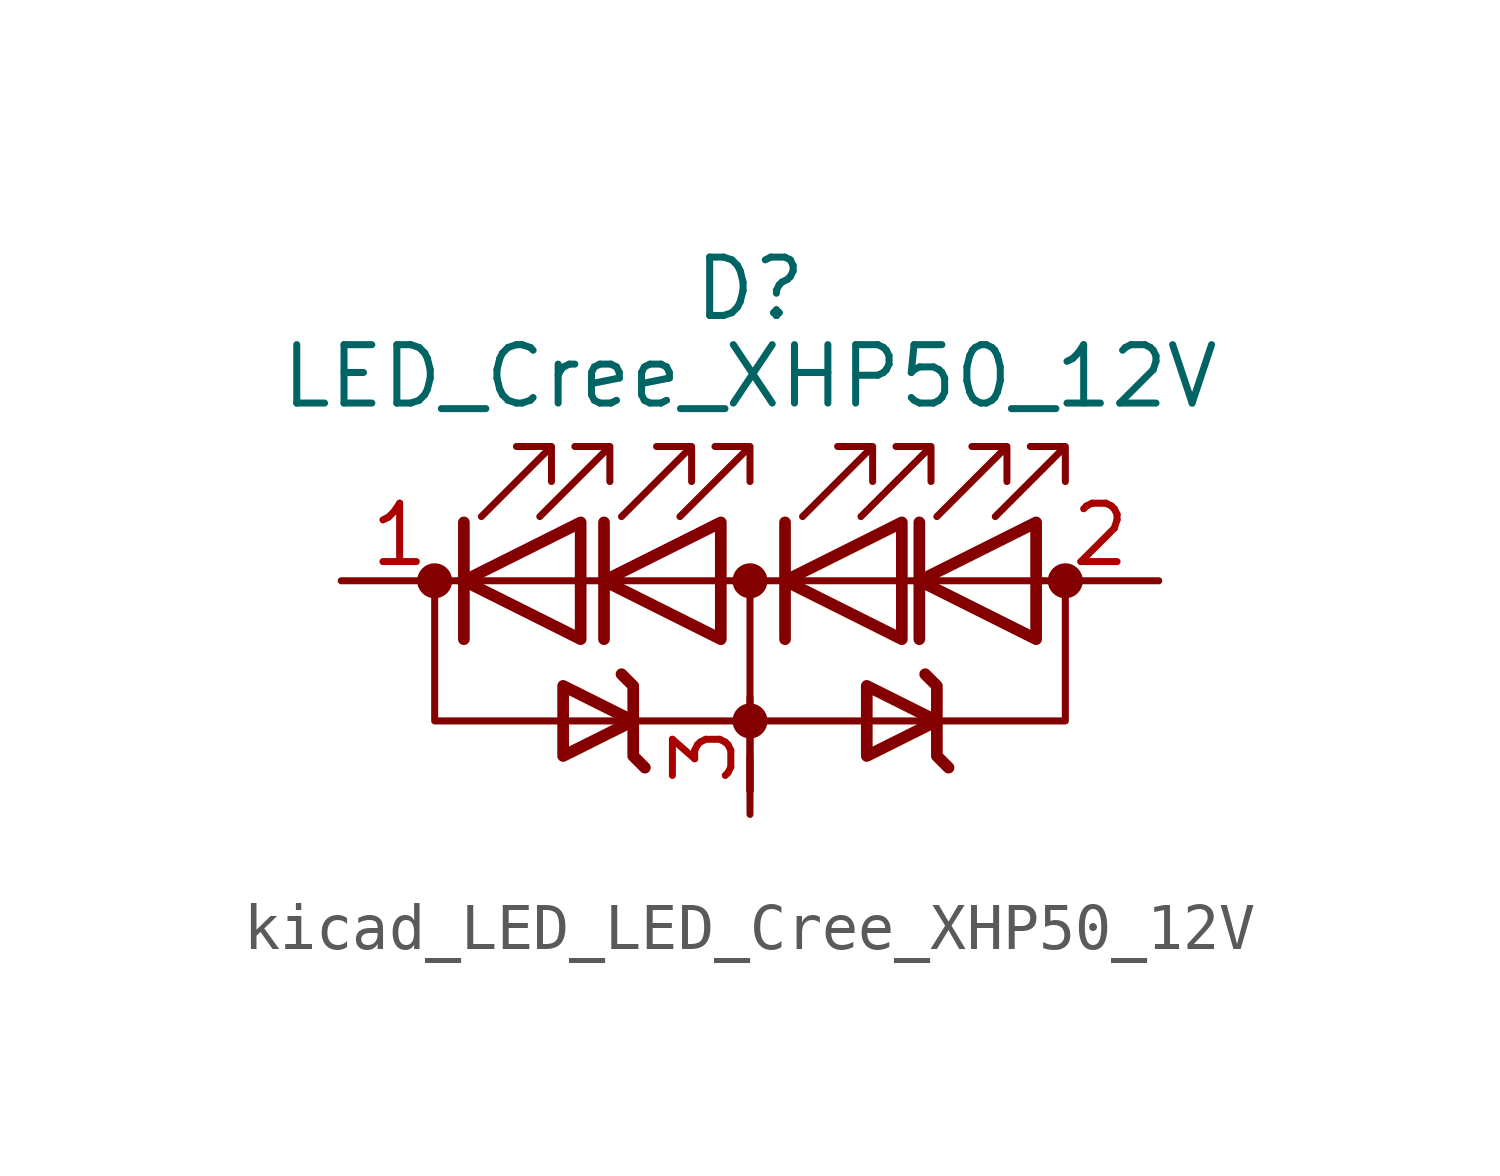
<source format=kicad_sym>
(kicad_symbol_lib
  (version 20220914)
  (generator kicad_symbol_editor)
  (symbol "kicad_LED_LED_Cree_XHP50_12V"
    (pin_names
      (offset 1.016) hide)
    (property "Reference" "D"
      (at 0 6.35 0)
      (effects (font (size 1.27 1.27))))
    (property "Value" "LED_Cree_XHP50_12V"
      (at 0 4.445 0)
      (effects (font (size 1.27 1.27))))
    (symbol "kicad_LED_LED_Cree_XHP50_12V_0_1"
      (circle (center -6.858 0) (radius 0.254) (stroke (width 0.254) (type default)) (fill (type outline)))
      (circle (center 0 -3.048) (radius 0.254) (stroke (width 0.254) (type default)) (fill (type outline)))
      (polyline (pts (xy -6.35 0) (xy 6.35 0)) (stroke (width 0) (type default)) (fill (type none)))
      (polyline (pts (xy -6.223 -1.27) (xy -6.223 1.27)) (stroke (width 0.254) (type default)) (fill (type none)))
      (polyline (pts (xy -3.175 -1.27) (xy -3.175 1.27)) (stroke (width 0.254) (type default)) (fill (type none)))
      (polyline (pts (xy 0 -3.81) (xy 0 -4.572)) (stroke (width 0) (type default)) (fill (type none)))
      (polyline (pts (xy 0 0) (xy 0 -4.572)) (stroke (width 0) (type default)) (fill (type none)))
      (polyline (pts (xy 0.762 -1.27) (xy 0.762 1.27)) (stroke (width 0.254) (type default)) (fill (type none)))
      (polyline (pts (xy 3.683 -1.27) (xy 3.683 1.27)) (stroke (width 0.254) (type default)) (fill (type none)))
      (polyline (pts (xy -6.858 0) (xy -6.858 -3.048) (xy 6.858 -3.048) (xy 6.858 0)) (stroke (width 0) (type default)) (fill (type none)))
      (polyline (pts (xy -3.683 -1.27) (xy -3.683 1.27) (xy -6.223 0) (xy -3.683 -1.27)) (stroke (width 0.254) (type default)) (fill (type none)))
      (polyline (pts (xy -2.286 -4.064) (xy -2.54 -3.81) (xy -2.54 -2.286) (xy -2.794 -2.032)) (stroke (width 0.254) (type default)) (fill (type none)))
      (polyline (pts (xy -0.635 -1.27) (xy -0.635 1.27) (xy -3.175 0) (xy -0.635 -1.27)) (stroke (width 0.254) (type default)) (fill (type none)))
      (polyline (pts (xy 3.302 -1.27) (xy 3.302 1.27) (xy 0.762 0) (xy 3.302 -1.27)) (stroke (width 0.254) (type default)) (fill (type none)))
      (polyline (pts (xy 4.318 -4.064) (xy 4.064 -3.81) (xy 4.064 -2.286) (xy 3.81 -2.032)) (stroke (width 0.254) (type default)) (fill (type none)))
      (polyline (pts (xy 6.223 -1.27) (xy 6.223 1.27) (xy 3.683 0) (xy 6.223 -1.27)) (stroke (width 0.254) (type default)) (fill (type none)))
      (polyline (pts (xy -5.842 1.397) (xy -4.318 2.921) (xy -5.08 2.921) (xy -4.318 2.921) (xy -4.318 2.159)) (stroke (width 0) (type default)) (fill (type none)))
      (polyline (pts (xy -4.572 1.397) (xy -3.048 2.921) (xy -3.81 2.921) (xy -3.048 2.921) (xy -3.048 2.159)) (stroke (width 0) (type default)) (fill (type none)))
      (polyline (pts (xy -4.064 -3.81) (xy -4.064 -2.286) (xy -2.54 -3.048) (xy -4.064 -3.81) (xy -4.064 -3.556)) (stroke (width 0.254) (type default)) (fill (type none)))
      (polyline (pts (xy -2.794 1.397) (xy -1.27 2.921) (xy -2.032 2.921) (xy -1.27 2.921) (xy -1.27 2.159)) (stroke (width 0) (type default)) (fill (type none)))
      (polyline (pts (xy -1.524 1.397) (xy 0 2.921) (xy -0.762 2.921) (xy 0 2.921) (xy 0 2.159)) (stroke (width 0) (type default)) (fill (type none)))
      (polyline (pts (xy 1.143 1.397) (xy 2.667 2.921) (xy 1.905 2.921) (xy 2.667 2.921) (xy 2.667 2.159)) (stroke (width 0) (type default)) (fill (type none)))
      (polyline (pts (xy 2.413 1.397) (xy 3.937 2.921) (xy 3.175 2.921) (xy 3.937 2.921) (xy 3.937 2.159)) (stroke (width 0) (type default)) (fill (type none)))
      (polyline (pts (xy 2.54 -3.81) (xy 2.54 -2.286) (xy 4.064 -3.048) (xy 2.54 -3.81) (xy 2.54 -3.556)) (stroke (width 0.254) (type default)) (fill (type none)))
      (polyline (pts (xy 4.064 1.397) (xy 5.588 2.921) (xy 4.826 2.921) (xy 5.588 2.921) (xy 5.588 2.159)) (stroke (width 0) (type default)) (fill (type none)))
      (polyline (pts (xy 5.334 1.397) (xy 6.858 2.921) (xy 6.096 2.921) (xy 6.858 2.921) (xy 6.858 2.159)) (stroke (width 0) (type default)) (fill (type none)))
      (circle (center 0 0) (radius 0.254) (stroke (width 0.254) (type default)) (fill (type outline)))
      (circle (center 6.858 0) (radius 0.254) (stroke (width 0.254) (type default)) (fill (type outline))))
    (symbol "kicad_LED_LED_Cree_XHP50_12V_1_1"
      (pin passive line (at -8.89 0 0) (length 2.54) (name "K" (effects (font (size 1.27 1.27)))) (number "1" (effects (font (size 1.27 1.27)))))
      (pin passive line (at 8.89 0 180) (length 2.54) (name "A" (effects (font (size 1.27 1.27)))) (number "2" (effects (font (size 1.27 1.27)))))
      (pin passive line (at 0 -5.08 90) (length 2.54) (name "PAD" (effects (font (size 1.27 1.27)))) (number "3" (effects (font (size 1.27 1.27))))))))
</source>
